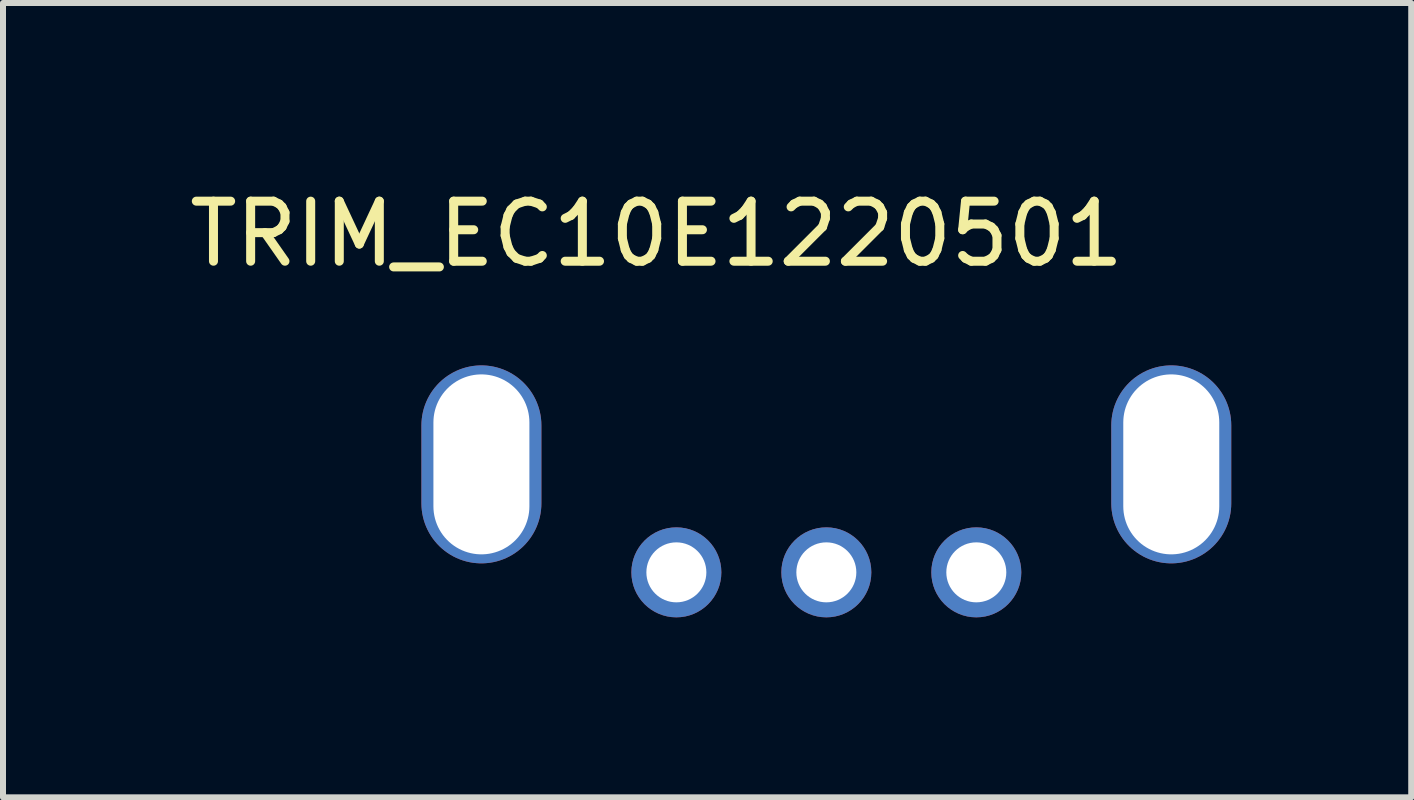
<source format=kicad_pcb>
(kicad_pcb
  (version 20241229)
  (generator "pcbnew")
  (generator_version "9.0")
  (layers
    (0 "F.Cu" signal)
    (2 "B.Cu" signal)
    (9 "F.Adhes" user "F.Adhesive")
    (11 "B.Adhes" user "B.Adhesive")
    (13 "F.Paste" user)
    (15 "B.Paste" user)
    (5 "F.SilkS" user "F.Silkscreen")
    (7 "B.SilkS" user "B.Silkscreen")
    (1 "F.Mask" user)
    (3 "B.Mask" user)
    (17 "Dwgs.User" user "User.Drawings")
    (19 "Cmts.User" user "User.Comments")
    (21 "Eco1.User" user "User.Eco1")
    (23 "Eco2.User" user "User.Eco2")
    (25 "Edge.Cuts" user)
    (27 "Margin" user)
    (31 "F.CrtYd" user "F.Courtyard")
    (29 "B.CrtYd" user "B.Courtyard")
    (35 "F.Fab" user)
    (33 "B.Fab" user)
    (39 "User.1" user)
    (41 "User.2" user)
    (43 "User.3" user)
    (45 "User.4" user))
  (footprint "TRIM_EC10E1220501"
    (layer "F.Cu")
    (at 10.725 6.491)
    (property "Reference" "TRIM_EC10E1220501" (at -2.828 -5.642 0) (layer "F.SilkS") (effects (font (size 1.001 1.001) (thickness 0.15))))
    (attr through_hole)
    (pad "" np_thru_hole oval (at -5.75 -1.8) (size 2 3.3) (drill oval 1.6 3) (layers "*.Cu" "*.Mask"))
    (pad "" np_thru_hole oval (at 5.75 -1.8) (size 2 3.3) (drill oval 1.6 3) (layers "*.Cu" "*.Mask"))
    (pad "A" thru_hole circle (at -2.5 0) (size 1.5 1.5) (drill 1) (layers "*.Cu" "*.Mask"))
    (pad "B" thru_hole circle (at 0 0) (size 1.5 1.5) (drill 1) (layers "*.Cu" "*.Mask"))
    (pad "C" thru_hole circle (at 2.5 0) (size 1.5 1.5) (drill 1) (layers "*.Cu" "*.Mask")))
  (gr_rect
    (start -3 -3)
    (end 20.475 10.241)
    (stroke (width 0.1) (type default))
    (fill no)
    (layer "Edge.Cuts")))
</source>
